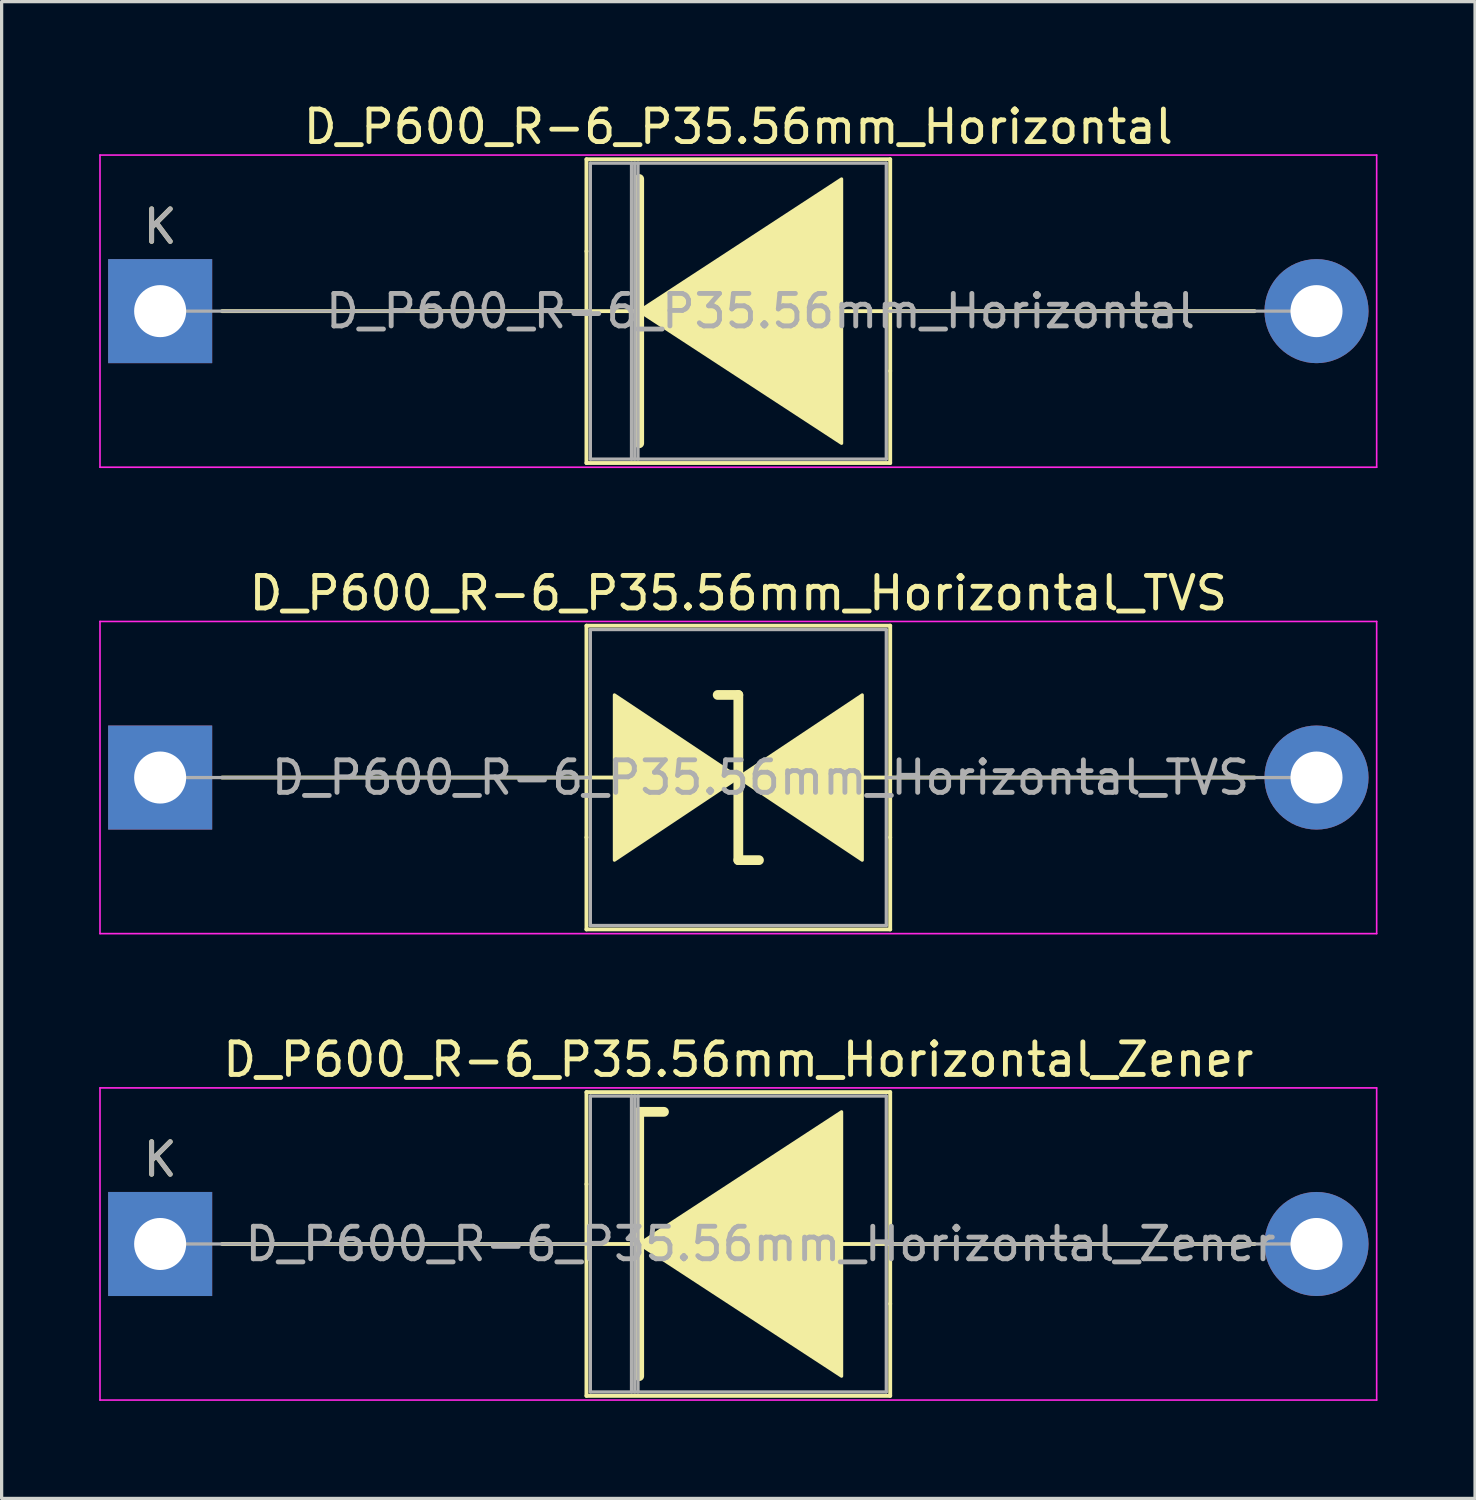
<source format=kicad_pcb>
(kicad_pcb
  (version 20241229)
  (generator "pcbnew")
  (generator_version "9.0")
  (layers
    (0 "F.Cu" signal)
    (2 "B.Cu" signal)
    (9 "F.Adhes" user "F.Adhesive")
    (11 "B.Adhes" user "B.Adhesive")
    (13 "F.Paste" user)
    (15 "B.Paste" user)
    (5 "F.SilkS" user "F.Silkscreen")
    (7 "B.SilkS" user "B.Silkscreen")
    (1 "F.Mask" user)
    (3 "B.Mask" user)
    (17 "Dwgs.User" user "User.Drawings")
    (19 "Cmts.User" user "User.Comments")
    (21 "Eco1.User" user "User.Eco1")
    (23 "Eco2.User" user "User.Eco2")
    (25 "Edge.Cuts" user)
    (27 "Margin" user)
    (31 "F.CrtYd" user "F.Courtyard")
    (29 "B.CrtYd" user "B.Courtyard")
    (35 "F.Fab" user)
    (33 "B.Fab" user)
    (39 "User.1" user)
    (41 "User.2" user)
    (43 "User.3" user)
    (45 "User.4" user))
  (footprint "D_P600_R-6_P35.56mm_Horizontal"
    (layer "F.Cu")
    (at 1.875 6.518)
    (property "Reference" "D_P600_R-6_P35.56mm_Horizontal" (at 17.78 -5.67 0) (layer "F.SilkS") (effects (font (size 1 1) (thickness 0.15))))
    (attr through_hole)
    (fp_line (start 13.11 -4.67) (end 22.45 -4.67) (stroke (width 0.12) (type solid)) (layer "F.SilkS"))
    (fp_line (start 13.11 -1.84) (end 13.11 -4.67) (stroke (width 0.12) (type solid)) (layer "F.SilkS"))
    (fp_line (start 13.11 -1.84) (end 13.11 4.67) (stroke (width 0.12) (type solid)) (layer "F.SilkS"))
    (fp_line (start 13.11 4.67) (end 22.45 4.67) (stroke (width 0.12) (type solid)) (layer "F.SilkS"))
    (fp_line (start 14.605 0) (end 1.905 0) (stroke (width 0.12) (type solid)) (layer "F.SilkS"))
    (fp_line (start 14.732 -4.064) (end 14.732 4.064) (stroke (width 0.3) (type solid)) (layer "F.SilkS"))
    (fp_line (start 20.828 0) (end 33.655 0) (stroke (width 0.12) (type solid)) (layer "F.SilkS"))
    (fp_line (start 22.45 -4.67) (end 22.45 1.84) (stroke (width 0.12) (type solid)) (layer "F.SilkS"))
    (fp_line (start 22.45 4.67) (end 22.45 1.84) (stroke (width 0.12) (type solid)) (layer "F.SilkS"))
    (fp_poly (pts (xy 20.955 4.064) (xy 14.732 0) (xy 20.955 -4.064)) (stroke (width 0.1) (type solid)) (fill yes) (layer "F.SilkS"))
    (fp_line (start -1.85 -4.8) (end -1.85 4.8) (stroke (width 0.05) (type solid)) (layer "F.CrtYd"))
    (fp_line (start -1.85 4.8) (end 37.41 4.8) (stroke (width 0.05) (type solid)) (layer "F.CrtYd"))
    (fp_line (start 37.41 -4.8) (end -1.85 -4.8) (stroke (width 0.05) (type solid)) (layer "F.CrtYd"))
    (fp_line (start 37.41 4.8) (end 37.41 -4.8) (stroke (width 0.05) (type solid)) (layer "F.CrtYd"))
    (fp_line (start 0 0) (end 13.23 0) (stroke (width 0.1) (type solid)) (layer "F.Fab"))
    (fp_line (start 13.23 -4.55) (end 13.23 4.55) (stroke (width 0.1) (type solid)) (layer "F.Fab"))
    (fp_line (start 13.23 4.55) (end 22.33 4.55) (stroke (width 0.1) (type solid)) (layer "F.Fab"))
    (fp_line (start 14.495 -4.55) (end 14.495 4.55) (stroke (width 0.1) (type solid)) (layer "F.Fab"))
    (fp_line (start 14.595 -4.55) (end 14.595 4.55) (stroke (width 0.1) (type solid)) (layer "F.Fab"))
    (fp_line (start 14.695 -4.55) (end 14.695 4.55) (stroke (width 0.1) (type solid)) (layer "F.Fab"))
    (fp_line (start 22.33 -4.55) (end 13.23 -4.55) (stroke (width 0.1) (type solid)) (layer "F.Fab"))
    (fp_line (start 22.33 4.55) (end 22.33 -4.55) (stroke (width 0.1) (type solid)) (layer "F.Fab"))
    (fp_line (start 35.56 0) (end 22.33 0) (stroke (width 0.1) (type solid)) (layer "F.Fab"))
    (fp_text user "K" (at 0 -2.6 0) (layer "F.SilkS") (effects (font (size 1 1) (thickness 0.15))))
    (fp_text user "${REFERENCE}" (at 18.462 0 0) (layer "F.Fab") (effects (font (size 1 1) (thickness 0.15))))
    (fp_text user "K" (at 0 -2.6 0) (layer "F.Fab") (effects (font (size 1 1) (thickness 0.15))))
    (pad "1" thru_hole rect (at 0 0) (size 3.2 3.2) (drill 1.6) (layers "*.Cu" "*.Mask"))
    (pad "2" thru_hole oval (at 35.56 0) (size 3.2 3.2) (drill 1.6) (layers "*.Cu" "*.Mask")))
  (footprint "D_P600_R-6_P35.56mm_Horizontal_TVS"
    (layer "F.Cu")
    (at 1.875 20.861)
    (property "Reference" "D_P600_R-6_P35.56mm_Horizontal_TVS" (at 17.78 -5.67 0) (layer "F.SilkS") (effects (font (size 1 1) (thickness 0.15))))
    (attr through_hole)
    (fp_line (start 1.905 0) (end 13.97 0) (stroke (width 0.12) (type solid)) (layer "F.SilkS"))
    (fp_line (start 13.11 -4.67) (end 22.45 -4.67) (stroke (width 0.12) (type solid)) (layer "F.SilkS"))
    (fp_line (start 13.11 1.84) (end 13.11 -4.67) (stroke (width 0.12) (type solid)) (layer "F.SilkS"))
    (fp_line (start 13.11 1.84) (end 13.11 4.67) (stroke (width 0.12) (type solid)) (layer "F.SilkS"))
    (fp_line (start 13.11 4.67) (end 22.45 4.67) (stroke (width 0.12) (type solid)) (layer "F.SilkS"))
    (fp_line (start 17.78 -2.54) (end 17.145 -2.54) (stroke (width 0.3) (type solid)) (layer "F.SilkS"))
    (fp_line (start 17.78 2.54) (end 17.78 -2.54) (stroke (width 0.3) (type solid)) (layer "F.SilkS"))
    (fp_line (start 18.415 2.54) (end 17.78 2.54) (stroke (width 0.3) (type solid)) (layer "F.SilkS"))
    (fp_line (start 22.45 -4.67) (end 22.45 1.84) (stroke (width 0.12) (type solid)) (layer "F.SilkS"))
    (fp_line (start 22.45 4.67) (end 22.45 1.84) (stroke (width 0.12) (type solid)) (layer "F.SilkS"))
    (fp_line (start 33.655 0) (end 21.59 0) (stroke (width 0.12) (type solid)) (layer "F.SilkS"))
    (fp_poly (pts (xy 17.78 0) (xy 13.97 2.54) (xy 13.97 -2.54)) (stroke (width 0.1) (type solid)) (fill yes) (layer "F.SilkS"))
    (fp_poly (pts (xy 17.78 0) (xy 21.59 -2.54) (xy 21.59 2.54)) (stroke (width 0.1) (type solid)) (fill yes) (layer "F.SilkS"))
    (fp_line (start -1.85 -4.8) (end -1.85 4.8) (stroke (width 0.05) (type solid)) (layer "F.CrtYd"))
    (fp_line (start -1.85 4.8) (end 37.41 4.8) (stroke (width 0.05) (type solid)) (layer "F.CrtYd"))
    (fp_line (start 37.41 -4.8) (end -1.85 -4.8) (stroke (width 0.05) (type solid)) (layer "F.CrtYd"))
    (fp_line (start 37.41 4.8) (end 37.41 -4.8) (stroke (width 0.05) (type solid)) (layer "F.CrtYd"))
    (fp_line (start 0 0) (end 13.23 0) (stroke (width 0.1) (type solid)) (layer "F.Fab"))
    (fp_line (start 13.23 -4.55) (end 13.23 4.55) (stroke (width 0.1) (type solid)) (layer "F.Fab"))
    (fp_line (start 13.23 4.55) (end 22.33 4.55) (stroke (width 0.1) (type solid)) (layer "F.Fab"))
    (fp_line (start 22.33 -4.55) (end 13.23 -4.55) (stroke (width 0.1) (type solid)) (layer "F.Fab"))
    (fp_line (start 22.33 4.55) (end 22.33 -4.55) (stroke (width 0.1) (type solid)) (layer "F.Fab"))
    (fp_line (start 35.56 0) (end 22.33 0) (stroke (width 0.1) (type solid)) (layer "F.Fab"))
    (fp_text user "${REFERENCE}" (at 18.462 0 0) (layer "F.Fab") (effects (font (size 1 1) (thickness 0.15))))
    (pad "1" thru_hole rect (at 0 0) (size 3.2 3.2) (drill 1.6) (layers "*.Cu" "*.Mask"))
    (pad "2" thru_hole oval (at 35.56 0) (size 3.2 3.2) (drill 1.6) (layers "*.Cu" "*.Mask")))
  (footprint "D_P600_R-6_P35.56mm_Horizontal_Zener"
    (layer "F.Cu")
    (at 1.875 35.205)
    (property "Reference" "D_P600_R-6_P35.56mm_Horizontal_Zener" (at 17.78 -5.67 0) (layer "F.SilkS") (effects (font (size 1 1) (thickness 0.15))))
    (attr through_hole)
    (fp_line (start 13.11 -4.67) (end 22.45 -4.67) (stroke (width 0.12) (type solid)) (layer "F.SilkS"))
    (fp_line (start 13.11 -1.84) (end 13.11 -4.67) (stroke (width 0.12) (type solid)) (layer "F.SilkS"))
    (fp_line (start 13.11 -1.84) (end 13.11 4.67) (stroke (width 0.12) (type solid)) (layer "F.SilkS"))
    (fp_line (start 13.11 4.67) (end 22.45 4.67) (stroke (width 0.12) (type solid)) (layer "F.SilkS"))
    (fp_line (start 14.605 0) (end 1.905 0) (stroke (width 0.12) (type solid)) (layer "F.SilkS"))
    (fp_line (start 14.732 -4.064) (end 14.732 4.064) (stroke (width 0.3) (type solid)) (layer "F.SilkS"))
    (fp_line (start 14.732 -4.064) (end 15.494 -4.064) (stroke (width 0.3) (type solid)) (layer "F.SilkS"))
    (fp_line (start 20.828 0) (end 33.655 0) (stroke (width 0.12) (type solid)) (layer "F.SilkS"))
    (fp_line (start 22.45 -4.67) (end 22.45 1.84) (stroke (width 0.12) (type solid)) (layer "F.SilkS"))
    (fp_line (start 22.45 4.67) (end 22.45 1.84) (stroke (width 0.12) (type solid)) (layer "F.SilkS"))
    (fp_poly (pts (xy 20.955 4.064) (xy 14.732 0) (xy 20.955 -4.064)) (stroke (width 0.1) (type solid)) (fill yes) (layer "F.SilkS"))
    (fp_line (start -1.85 -4.8) (end -1.85 4.8) (stroke (width 0.05) (type solid)) (layer "F.CrtYd"))
    (fp_line (start -1.85 4.8) (end 37.41 4.8) (stroke (width 0.05) (type solid)) (layer "F.CrtYd"))
    (fp_line (start 37.41 -4.8) (end -1.85 -4.8) (stroke (width 0.05) (type solid)) (layer "F.CrtYd"))
    (fp_line (start 37.41 4.8) (end 37.41 -4.8) (stroke (width 0.05) (type solid)) (layer "F.CrtYd"))
    (fp_line (start 0 0) (end 13.23 0) (stroke (width 0.1) (type solid)) (layer "F.Fab"))
    (fp_line (start 13.23 -4.55) (end 13.23 4.55) (stroke (width 0.1) (type solid)) (layer "F.Fab"))
    (fp_line (start 13.23 4.55) (end 22.33 4.55) (stroke (width 0.1) (type solid)) (layer "F.Fab"))
    (fp_line (start 14.495 -4.55) (end 14.495 4.55) (stroke (width 0.1) (type solid)) (layer "F.Fab"))
    (fp_line (start 14.595 -4.55) (end 14.595 4.55) (stroke (width 0.1) (type solid)) (layer "F.Fab"))
    (fp_line (start 14.695 -4.55) (end 14.695 4.55) (stroke (width 0.1) (type solid)) (layer "F.Fab"))
    (fp_line (start 22.33 -4.55) (end 13.23 -4.55) (stroke (width 0.1) (type solid)) (layer "F.Fab"))
    (fp_line (start 22.33 4.55) (end 22.33 -4.55) (stroke (width 0.1) (type solid)) (layer "F.Fab"))
    (fp_line (start 35.56 0) (end 22.33 0) (stroke (width 0.1) (type solid)) (layer "F.Fab"))
    (fp_text user "K" (at 0 -2.6 0) (layer "F.SilkS") (effects (font (size 1 1) (thickness 0.15))))
    (fp_text user "${REFERENCE}" (at 18.462 0 0) (layer "F.Fab") (effects (font (size 1 1) (thickness 0.15))))
    (fp_text user "K" (at 0 -2.6 0) (layer "F.Fab") (effects (font (size 1 1) (thickness 0.15))))
    (pad "1" thru_hole rect (at 0 0) (size 3.2 3.2) (drill 1.6) (layers "*.Cu" "*.Mask"))
    (pad "2" thru_hole oval (at 35.56 0) (size 3.2 3.2) (drill 1.6) (layers "*.Cu" "*.Mask")))
  (gr_rect
    (start -3 -3)
    (end 42.31 43.03)
    (stroke (width 0.1) (type default))
    (fill no)
    (layer "Edge.Cuts")))
</source>
